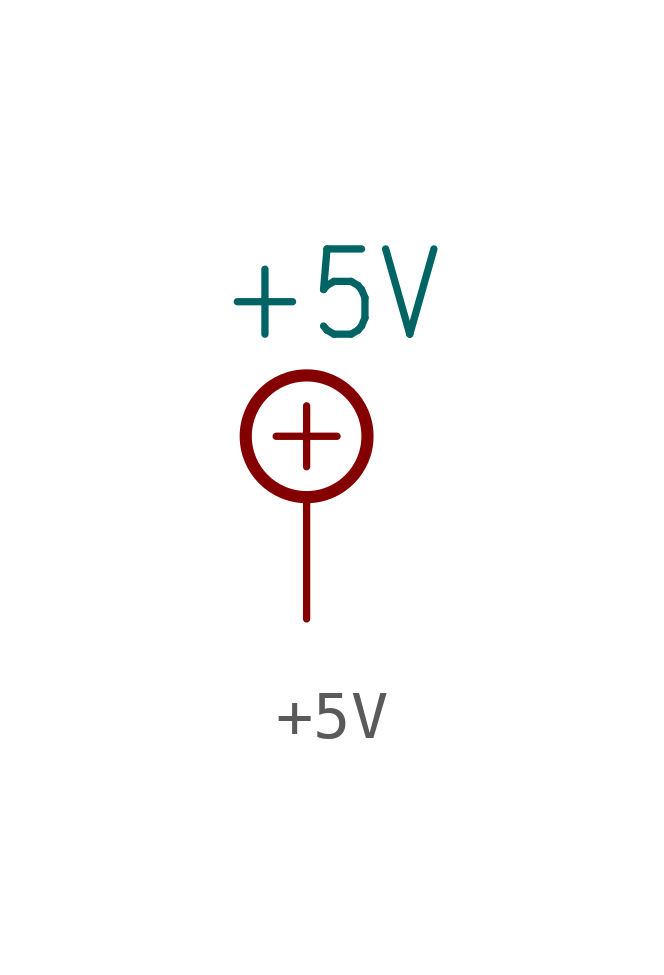
<source format=kicad_sym>
(kicad_symbol_lib
  (version 20211014)
  (generator kicad_symbol_editor)
  (symbol "+5V"
    (power)
    (property "Reference" "#SUPPLY"
      (at 0 0 0)
      (effects (font (size 1.27 1.27)) hide))
    (property "Value" "+5V"
      (at -1.905 3.175 0)
      (effects (font (size 1.778 1.511)) (justify left bottom)))
    (property "ki_locked" ""
      (at 0 0 0)
      (effects (font (size 1.27 1.27))))
    (symbol "+5V_1_0"
      (polyline (pts (xy -0.635 1.27) (xy 0.635 1.27)) (stroke (width 0.152) (type default) (color 0 0 0 0)) (fill (type none)))
      (polyline (pts (xy 0 0.635) (xy 0 1.905)) (stroke (width 0.152) (type default) (color 0 0 0 0)) (fill (type none)))
      (circle (center 0 1.27) (radius 1.27) (stroke (width 0.254) (type default) (color 0 0 0 0)) (fill (type none)))
      (pin power_in line (at 0 -2.54 90) (length 2.54) (name "+5V" (effects (font (size 0 0)))) (number "1" (effects (font (size 0 0))))))))
</source>
